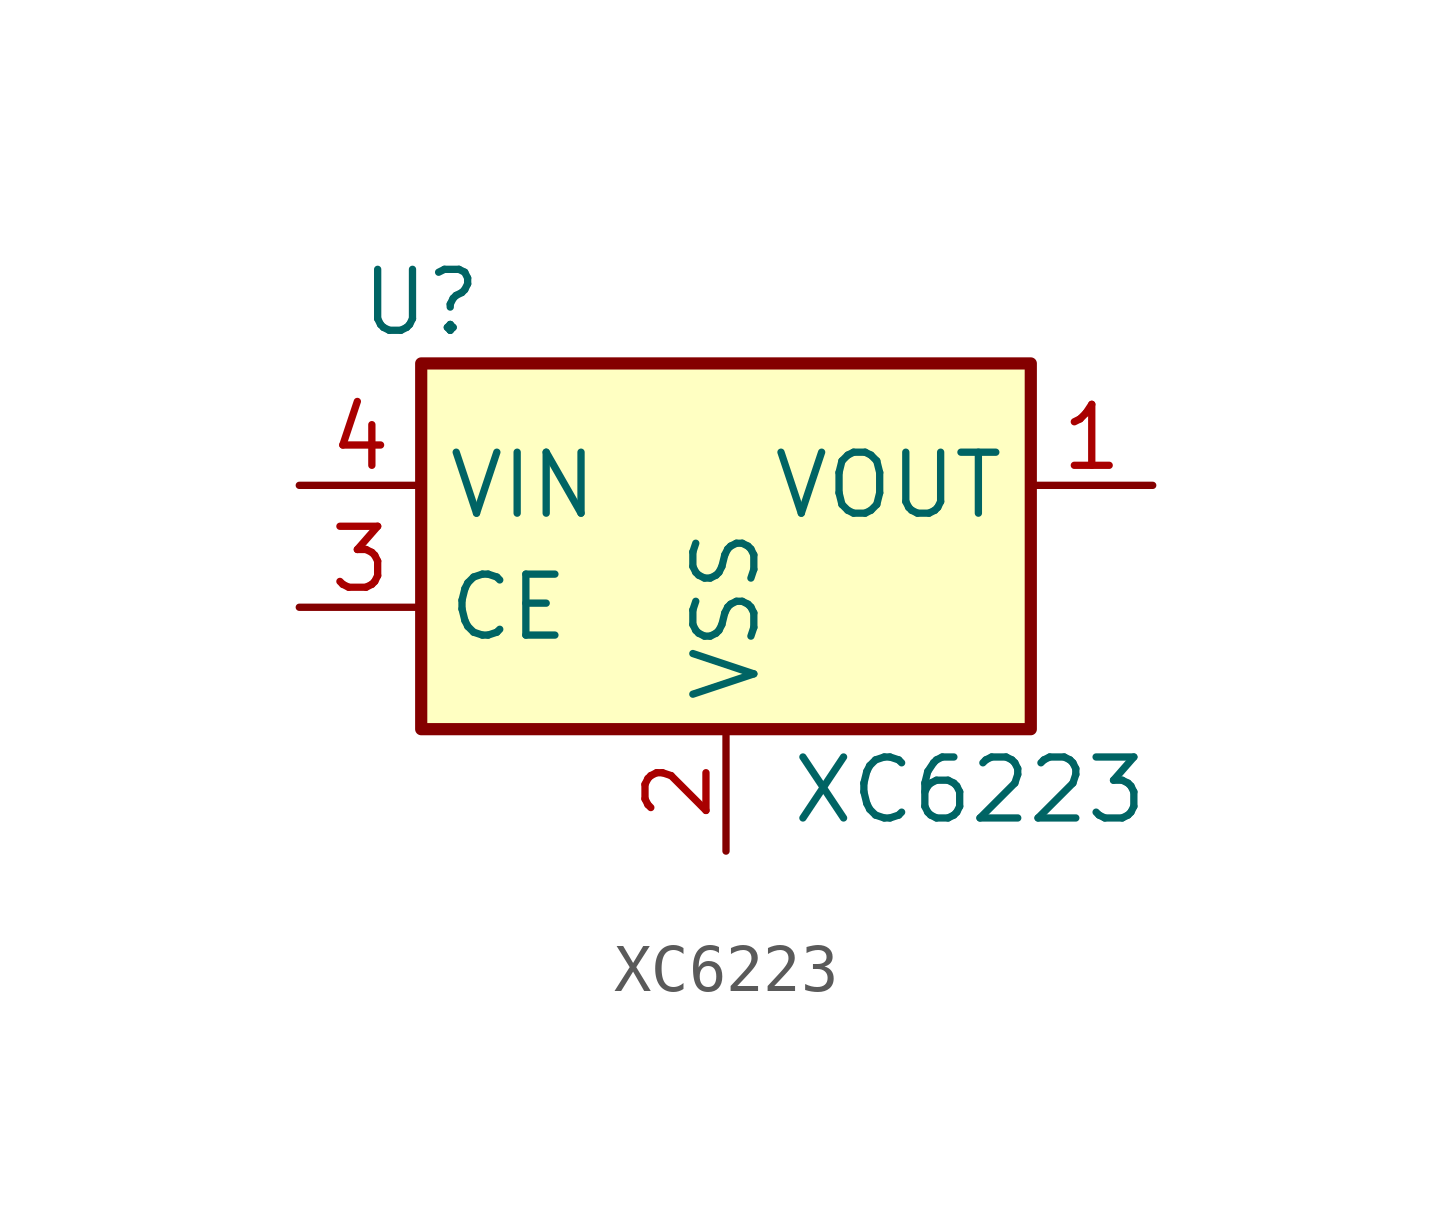
<source format=kicad_sym>
(kicad_symbol_lib
  (version 20241209)
  (generator "kicad_symbol_editor")
  (generator_version "9.0")
  (symbol "XC6223"
    (property "Reference" "U"
      (at -5.08 3.81 0)
      (effects (font (size 1.27 1.27))))
    (property "Value" "XC6223"
      (at 6.35 -6.35 0)
      (effects (font (size 1.27 1.27))))
    (symbol "XC6223_1_1"
      (rectangle (start -5.08 2.54) (end 7.62 -5.08) (stroke (width 0.254) (type default)) (fill (type background)))
      (pin passive line (at -7.62 0 0) (length 2.54) (name "VIN" (effects (font (size 1.27 1.27)))) (number "4" (effects (font (size 1.27 1.27)))))
      (pin passive line (at -7.62 -2.54 0) (length 2.54) (name "CE" (effects (font (size 1.27 1.27)))) (number "3" (effects (font (size 1.27 1.27)))))
      (pin passive line (at 1.27 -7.62 90) (length 2.54) (name "VSS" (effects (font (size 1.27 1.27)))) (number "2" (effects (font (size 1.27 1.27)))))
      (pin passive line (at 1.27 -7.62 90) (length 2.54) (hide yes) (name "EP" (effects (font (size 1.27 1.27)))) (number "5" (effects (font (size 1.27 1.27)))))
      (pin passive line (at 10.16 0 180) (length 2.54) (name "VOUT" (effects (font (size 1.27 1.27)))) (number "1" (effects (font (size 1.27 1.27))))))))
</source>
